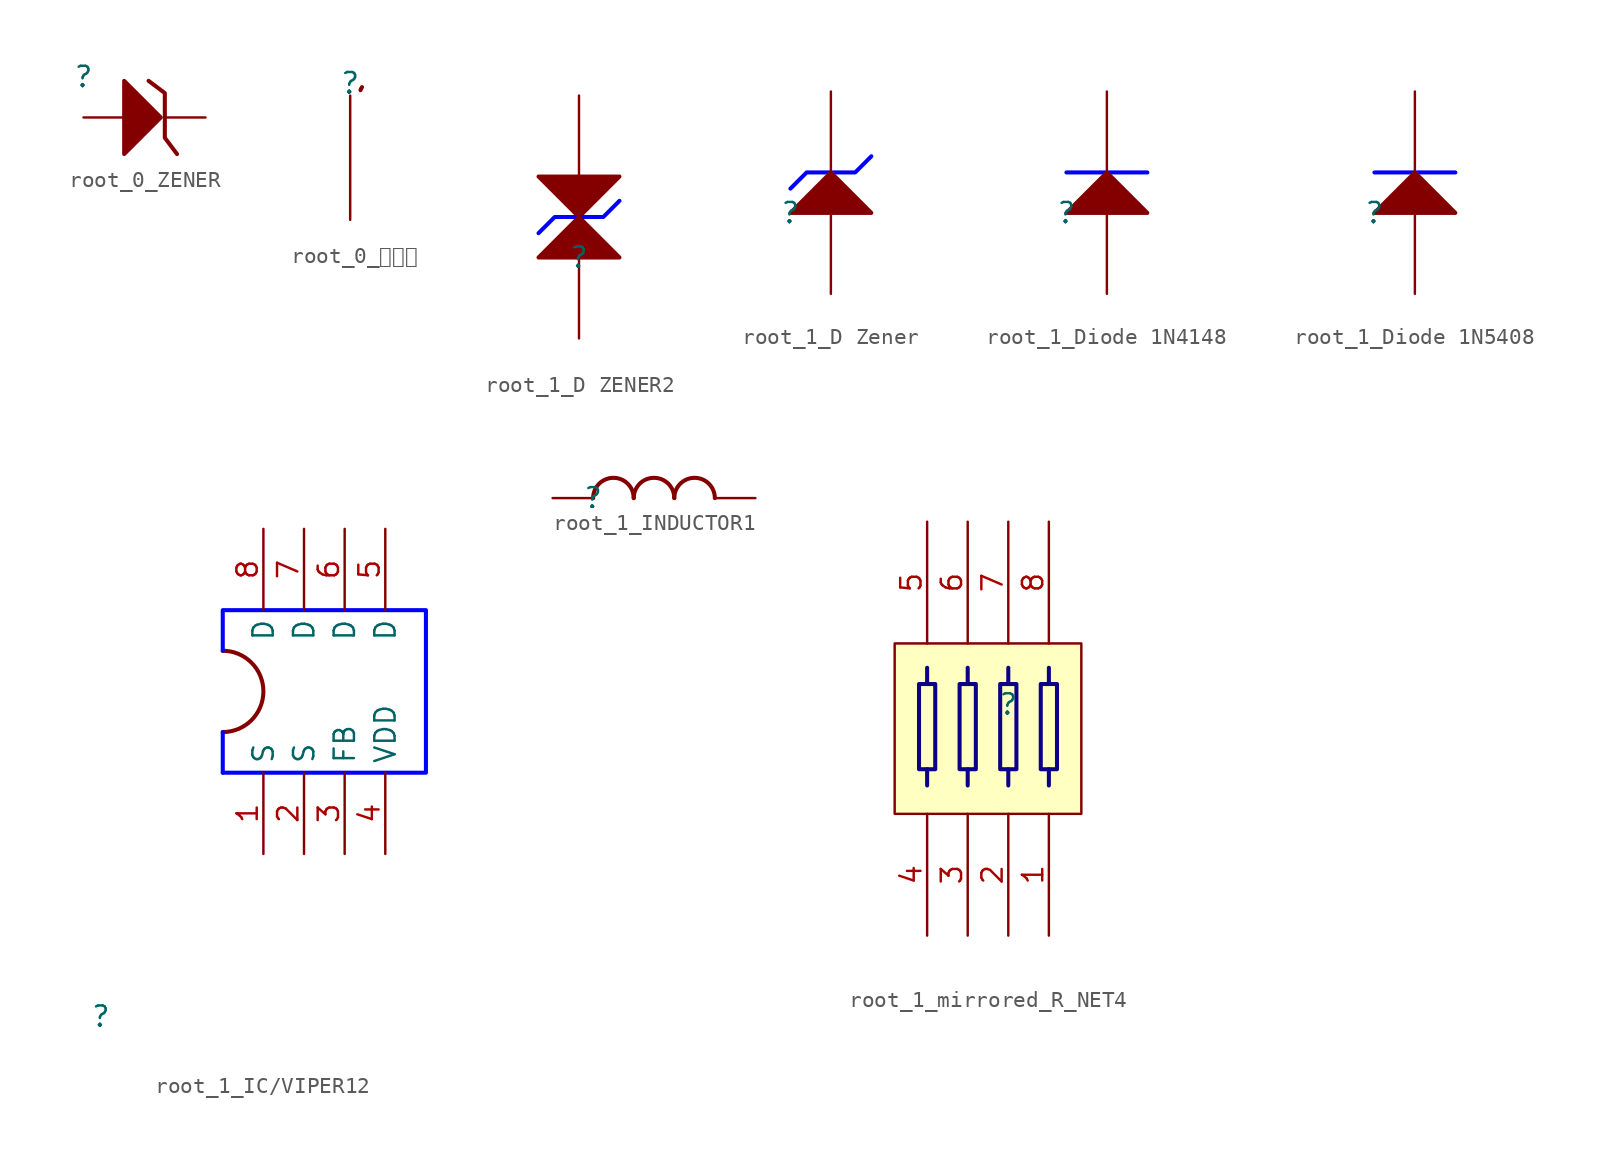
<source format=kicad_sym>
(kicad_symbol_lib
  (version 20220914)
  (generator kicad_symbol_editor)
  (symbol "root_0_ZENER"
    (property "Reference" ""
      (at 0 0 0)
      (effects (font (size 1.27 1.27))))
    (property "Value" ""
      (at 0 0 0)
      (effects (font (size 1.27 1.27))))
    (symbol "root_0_ZENER_1_0"
      (polyline (pts (xy 2.54 -0.254) (xy 4.826 -2.54) (xy 2.54 -4.826) (xy 2.54 -0.254)) (stroke (width 0.254) (type solid)) (fill (type outline)))
      (polyline (pts (xy 4.064 -0.254) (xy 5.08 -1.016) (xy 5.08 -3.81) (xy 5.842 -4.826) (xy 5.08 -3.81) (xy 5.08 -1.016) (xy 4.064 -0.254)) (stroke (width 0.254) (type solid)) (fill (type outline)))
      (pin passive line (at 0 -2.54 0) (length 2.54) (name "A" (effects (font (size 0 0)))) (number "1" (effects (font (size 0 0)))))
      (pin passive line (at 7.62 -2.54 180) (length 2.54) (name "K" (effects (font (size 0 0)))) (number "2" (effects (font (size 0 0)))))))
  (symbol "root_0_测试点"
    (property "Reference" ""
      (at 0 0 0)
      (effects (font (size 1.27 1.27))))
    (property "Value" ""
      (at 0 0 0)
      (effects (font (size 1.27 1.27))))
    (symbol "root_0_测试点_1_0"
      (arc (start 0.7229 -0.241) (mid -0.6845 0.3348) (end 0.634 -0.4227) (stroke (width 0.254) (type solid)) (fill (type none)))
      (pin passive line (at 0 -8.382 90) (length 7.62) (name "" (effects (font (size 1.27 1.27)))) (number "1" (effects (font (size 0 0)))))))
  (symbol "root_1_D ZENER2"
    (property "Reference" ""
      (at 0 0 0)
      (effects (font (size 1.27 1.27))))
    (property "Value" ""
      (at 0 0 0)
      (effects (font (size 1.27 1.27))))
    (symbol "root_1_D ZENER2_1_0"
      (polyline (pts (xy -2.54 5.08) (xy 0 2.54) (xy 2.54 5.08) (xy -2.54 5.08)) (stroke (width 0.254) (type solid)) (fill (type outline)))
      (polyline (pts (xy 2.54 0) (xy 0 2.54) (xy -2.54 0) (xy 2.54 0)) (stroke (width 0.254) (type solid)) (fill (type outline)))
      (polyline (pts (xy 2.54 3.556) (xy 1.524 2.54) (xy -1.524 2.54) (xy -2.54 1.524)) (stroke (width 0.254) (type solid) (color 0 0 255 1)) (fill (type none)))
      (pin passive line (at 0 -5.08 90) (length 5.08) (name "A" (effects (font (size 0 0)))) (number "1" (effects (font (size 0 0)))))
      (pin passive line (at 0 10.16 270) (length 5.08) (name "K" (effects (font (size 0 0)))) (number "2" (effects (font (size 0 0)))))))
  (symbol "root_1_D Zener"
    (property "Reference" ""
      (at 0 0 0)
      (effects (font (size 1.27 1.27))))
    (property "Value" ""
      (at 0 0 0)
      (effects (font (size 1.27 1.27))))
    (symbol "root_1_D Zener_1_0"
      (polyline (pts (xy 5.08 0) (xy 2.54 2.54) (xy 0 0) (xy 5.08 0)) (stroke (width 0.254) (type solid)) (fill (type outline)))
      (polyline (pts (xy 5.08 3.556) (xy 4.064 2.54) (xy 1.016 2.54) (xy 0 1.524)) (stroke (width 0.254) (type solid) (color 0 0 255 1)) (fill (type none)))
      (pin passive line (at 2.54 -5.08 90) (length 5.08) (name "A" (effects (font (size 0 0)))) (number "1" (effects (font (size 0 0)))))
      (pin passive line (at 2.54 7.62 270) (length 5.08) (name "K" (effects (font (size 0 0)))) (number "2" (effects (font (size 0 0)))))))
  (symbol "root_1_Diode 1N4148"
    (property "Reference" ""
      (at 0 0 0)
      (effects (font (size 1.27 1.27))))
    (property "Value" ""
      (at 0 0 0)
      (effects (font (size 1.27 1.27))))
    (symbol "root_1_Diode 1N4148_1_0"
      (polyline (pts (xy 0 2.54) (xy 5.08 2.54)) (stroke (width 0.254) (type solid) (color 0 0 255 1)) (fill (type none)))
      (polyline (pts (xy 5.08 0) (xy 2.54 2.54) (xy 0 0) (xy 5.08 0)) (stroke (width 0.254) (type solid)) (fill (type outline)))
      (pin passive line (at 2.54 -5.08 90) (length 5.08) (name "A" (effects (font (size 0 0)))) (number "1" (effects (font (size 0 0)))))
      (pin passive line (at 2.54 7.62 270) (length 5.08) (name "K" (effects (font (size 0 0)))) (number "2" (effects (font (size 0 0)))))))
  (symbol "root_1_Diode 1N5408"
    (property "Reference" ""
      (at 0 0 0)
      (effects (font (size 1.27 1.27))))
    (property "Value" ""
      (at 0 0 0)
      (effects (font (size 1.27 1.27))))
    (symbol "root_1_Diode 1N5408_1_0"
      (polyline (pts (xy 0 2.54) (xy 5.08 2.54)) (stroke (width 0.254) (type solid) (color 0 0 255 1)) (fill (type none)))
      (polyline (pts (xy 5.08 0) (xy 2.54 2.54) (xy 0 0) (xy 5.08 0)) (stroke (width 0.254) (type solid)) (fill (type outline)))
      (pin passive line (at 2.54 -5.08 90) (length 5.08) (name "A" (effects (font (size 0 0)))) (number "1" (effects (font (size 0 0)))))
      (pin passive line (at 2.54 7.62 270) (length 5.08) (name "K" (effects (font (size 0 0)))) (number "2" (effects (font (size 0 0)))))))
  (symbol "root_1_IC/VIPER12"
    (property "Reference" ""
      (at 0 0 0)
      (effects (font (size 1.27 1.27))))
    (property "Value" ""
      (at 0 0 0)
      (effects (font (size 1.27 1.27))))
    (symbol "root_1_IC/VIPER12_1_0"
      (polyline (pts (xy 7.62 15.24) (xy 7.62 17.78)) (stroke (width 0.254) (type solid) (color 0 0 255 1)) (fill (type none)))
      (polyline (pts (xy 7.62 15.24) (xy 20.32 15.24) (xy 20.32 25.4) (xy 7.62 25.4) (xy 7.62 22.86)) (stroke (width 0.254) (type solid) (color 0 0 255 1)) (fill (type none)))
      (arc (start 7.62 17.78) (mid 10.16 20.32) (end 7.62 22.86) (stroke (width 0.254) (type solid)) (fill (type none)))
      (pin passive line (at 10.16 10.16 90) (length 5.08) (name "S" (effects (font (size 1.27 1.27)))) (number "1" (effects (font (size 1.27 1.27)))))
      (pin passive line (at 12.7 10.16 90) (length 5.08) (name "S" (effects (font (size 1.27 1.27)))) (number "2" (effects (font (size 1.27 1.27)))))
      (pin passive line (at 15.24 10.16 90) (length 5.08) (name "FB" (effects (font (size 1.27 1.27)))) (number "3" (effects (font (size 1.27 1.27)))))
      (pin passive line (at 17.78 10.16 90) (length 5.08) (name "VDD" (effects (font (size 1.27 1.27)))) (number "4" (effects (font (size 1.27 1.27)))))
      (pin passive line (at 17.78 30.48 270) (length 5.08) (name "D" (effects (font (size 1.27 1.27)))) (number "5" (effects (font (size 1.27 1.27)))))
      (pin passive line (at 15.24 30.48 270) (length 5.08) (name "D" (effects (font (size 1.27 1.27)))) (number "6" (effects (font (size 1.27 1.27)))))
      (pin passive line (at 12.7 30.48 270) (length 5.08) (name "D" (effects (font (size 1.27 1.27)))) (number "7" (effects (font (size 1.27 1.27)))))
      (pin passive line (at 10.16 30.48 270) (length 5.08) (name "D" (effects (font (size 1.27 1.27)))) (number "8" (effects (font (size 1.27 1.27)))))))
  (symbol "root_1_INDUCTOR1"
    (property "Reference" ""
      (at 0 0 0)
      (effects (font (size 1.27 1.27))))
    (property "Value" ""
      (at 0 0 0)
      (effects (font (size 1.27 1.27))))
    (symbol "root_1_INDUCTOR1_1_0"
      (arc (start 2.54 0) (mid 1.27 1.27) (end 0 0) (stroke (width 0.254) (type solid)) (fill (type none)))
      (arc (start 5.08 0) (mid 3.81 1.27) (end 2.54 0) (stroke (width 0.254) (type solid)) (fill (type none)))
      (arc (start 7.62 0) (mid 6.35 1.27) (end 5.08 0) (stroke (width 0.254) (type solid)) (fill (type none)))
      (pin passive line (at -2.54 0 0) (length 2.54) (name "1" (effects (font (size 0 0)))) (number "1" (effects (font (size 0 0)))))
      (pin passive line (at 10.16 0 180) (length 2.54) (name "2" (effects (font (size 0 0)))) (number "2" (effects (font (size 0 0)))))))
  (symbol "root_1_mirrored_R_NET4"
    (property "Reference" ""
      (at 0 0 0)
      (effects (font (size 1.27 1.27))))
    (property "Value" ""
      (at 0 0 0)
      (effects (font (size 1.27 1.27))))
    (symbol "root_1_mirrored_R_NET4_1_0"
      (polyline (pts (xy -5.08 -4.064) (xy -5.08 -5.08)) (stroke (width 0.254) (type solid) (color 12 0 135 1)) (fill (type none)))
      (polyline (pts (xy -5.08 1.27) (xy -5.08 2.286)) (stroke (width 0.254) (type solid) (color 12 0 135 1)) (fill (type none)))
      (polyline (pts (xy -2.54 -4.064) (xy -2.54 -5.08)) (stroke (width 0.254) (type solid) (color 12 0 135 1)) (fill (type none)))
      (polyline (pts (xy -2.54 1.27) (xy -2.54 2.286)) (stroke (width 0.254) (type solid) (color 12 0 135 1)) (fill (type none)))
      (polyline (pts (xy 0 -4.064) (xy 0 -5.08)) (stroke (width 0.254) (type solid) (color 12 0 135 1)) (fill (type none)))
      (polyline (pts (xy 0 1.27) (xy 0 2.286)) (stroke (width 0.254) (type solid) (color 12 0 135 1)) (fill (type none)))
      (polyline (pts (xy 2.54 -4.064) (xy 2.54 -5.08)) (stroke (width 0.254) (type solid) (color 12 0 135 1)) (fill (type none)))
      (polyline (pts (xy 2.54 1.27) (xy 2.54 2.286)) (stroke (width 0.254) (type solid) (color 12 0 135 1)) (fill (type none)))
      (polyline (pts (xy -5.588 1.27) (xy -4.572 1.27) (xy -4.572 -4.064) (xy -5.588 -4.064) (xy -5.588 1.27)) (stroke (width 0.254) (type solid) (color 12 0 135 1)) (fill (type none)))
      (polyline (pts (xy -3.048 1.27) (xy -2.032 1.27) (xy -2.032 -4.064) (xy -3.048 -4.064) (xy -3.048 1.27)) (stroke (width 0.254) (type solid) (color 12 0 135 1)) (fill (type none)))
      (polyline (pts (xy -0.508 1.27) (xy 0.508 1.27) (xy 0.508 -4.064) (xy -0.508 -4.064) (xy -0.508 1.27)) (stroke (width 0.254) (type solid) (color 12 0 135 1)) (fill (type none)))
      (polyline (pts (xy 2.032 1.27) (xy 3.048 1.27) (xy 3.048 -4.064) (xy 2.032 -4.064) (xy 2.032 1.27)) (stroke (width 0.254) (type solid) (color 12 0 135 1)) (fill (type none)))
      (rectangle (start 4.572 3.81) (end -7.112 -6.858) (stroke (width 0) (type solid)) (fill (type background)))
      (pin passive line (at 2.54 -14.478 90) (length 7.62) (name "X1" (effects (font (size 0 0)))) (number "1" (effects (font (size 1.27 1.27)))))
      (pin passive line (at 0 -14.478 90) (length 7.62) (name "X2" (effects (font (size 0 0)))) (number "2" (effects (font (size 1.27 1.27)))))
      (pin passive line (at -2.54 -14.478 90) (length 7.62) (name "V-BAT" (effects (font (size 0 0)))) (number "3" (effects (font (size 1.27 1.27)))))
      (pin passive line (at -5.08 -14.478 90) (length 7.62) (name "VSS" (effects (font (size 0 0)))) (number "4" (effects (font (size 1.27 1.27)))))
      (pin passive line (at -5.08 11.43 270) (length 7.62) (name "SDA" (effects (font (size 0 0)))) (number "5" (effects (font (size 1.27 1.27)))))
      (pin passive line (at -2.54 11.43 270) (length 7.62) (name "SCL" (effects (font (size 0 0)))) (number "6" (effects (font (size 1.27 1.27)))))
      (pin passive line (at 0 11.43 270) (length 7.62) (name "SQW/OUT" (effects (font (size 0 0)))) (number "7" (effects (font (size 1.27 1.27)))))
      (pin passive line (at 2.54 11.43 270) (length 7.62) (name "VCC" (effects (font (size 0 0)))) (number "8" (effects (font (size 1.27 1.27))))))))
</source>
